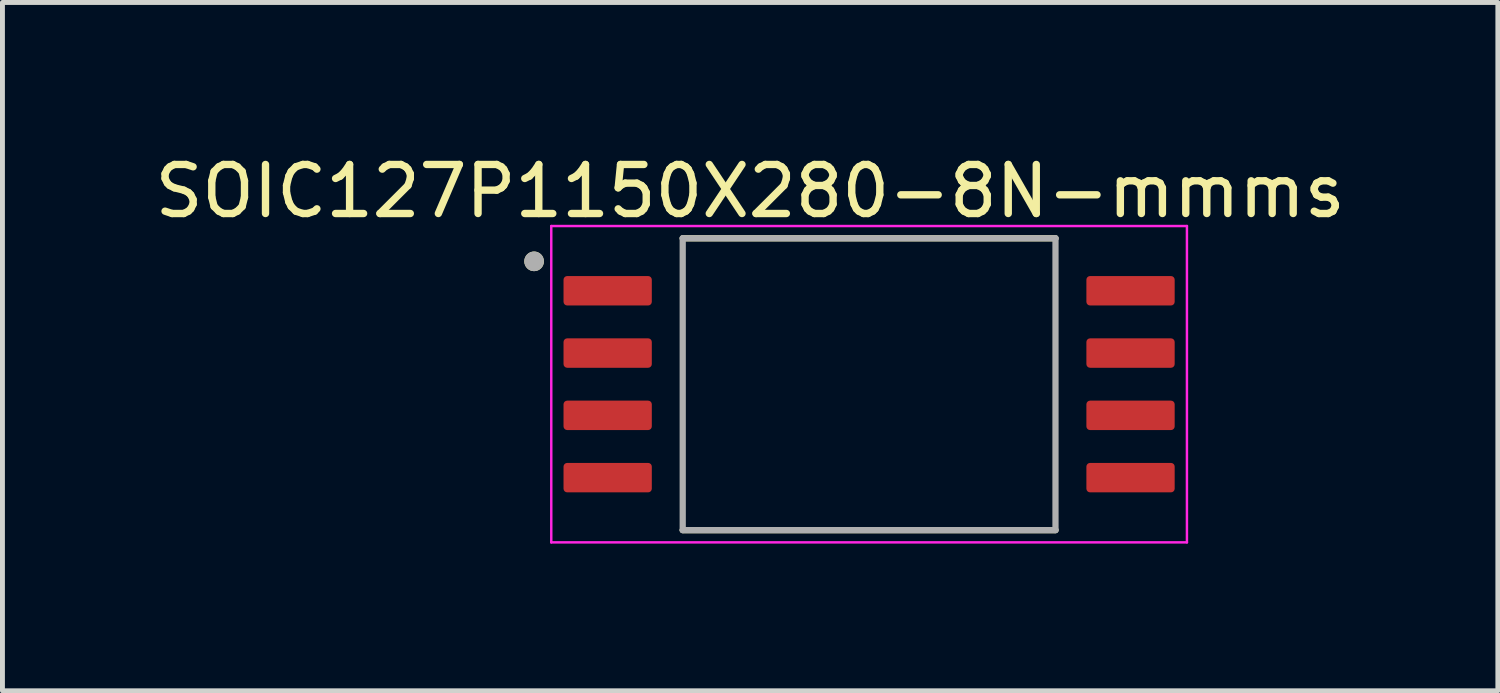
<source format=kicad_pcb>
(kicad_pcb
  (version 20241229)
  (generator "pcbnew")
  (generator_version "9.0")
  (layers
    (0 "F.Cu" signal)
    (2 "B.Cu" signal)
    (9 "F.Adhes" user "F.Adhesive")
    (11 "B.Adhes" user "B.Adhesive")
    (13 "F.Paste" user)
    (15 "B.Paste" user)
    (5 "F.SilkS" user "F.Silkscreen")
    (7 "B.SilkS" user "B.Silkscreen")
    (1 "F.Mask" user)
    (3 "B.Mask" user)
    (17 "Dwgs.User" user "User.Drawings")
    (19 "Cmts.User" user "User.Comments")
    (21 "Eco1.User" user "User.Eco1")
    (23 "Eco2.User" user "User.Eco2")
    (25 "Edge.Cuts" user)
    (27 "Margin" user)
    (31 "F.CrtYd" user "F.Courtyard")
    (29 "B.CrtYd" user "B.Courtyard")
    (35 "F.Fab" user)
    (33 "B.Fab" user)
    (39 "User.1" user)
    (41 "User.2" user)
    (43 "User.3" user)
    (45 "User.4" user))
  (footprint "SOIC127P1150X280-8N-mmms"
    (layer "F.Cu")
    (at 14.669 4.783)
    (property "Reference" "SOIC127P1150X280-8N-mmms" (at -2.425 -3.935 0) (layer "F.SilkS") (effects (font (size 1 1) (thickness 0.15))))
    (attr smd)
    (fp_line (start -3.8 -2.975) (end 3.8 -2.975) (stroke (width 0.127) (type solid)) (layer "F.SilkS"))
    (fp_line (start -3.8 2.975) (end 3.8 2.975) (stroke (width 0.127) (type solid)) (layer "F.SilkS"))
    (fp_circle (center -6.83 -2.505) (end -6.73 -2.505) (stroke (width 0.2) (type solid)) (fill no) (layer "F.SilkS"))
    (fp_line (start -6.48 -3.225) (end -6.48 3.225) (stroke (width 0.05) (type solid)) (layer "F.CrtYd"))
    (fp_line (start -6.48 -3.225) (end 6.48 -3.225) (stroke (width 0.05) (type solid)) (layer "F.CrtYd"))
    (fp_line (start -6.48 3.225) (end 6.48 3.225) (stroke (width 0.05) (type solid)) (layer "F.CrtYd"))
    (fp_line (start 6.48 -3.225) (end 6.48 3.225) (stroke (width 0.05) (type solid)) (layer "F.CrtYd"))
    (fp_line (start -3.8 -2.975) (end -3.8 2.975) (stroke (width 0.127) (type solid)) (layer "F.Fab"))
    (fp_line (start -3.8 -2.975) (end 3.8 -2.975) (stroke (width 0.127) (type solid)) (layer "F.Fab"))
    (fp_line (start -3.8 2.975) (end 3.8 2.975) (stroke (width 0.127) (type solid)) (layer "F.Fab"))
    (fp_line (start 3.8 -2.975) (end 3.8 2.975) (stroke (width 0.127) (type solid)) (layer "F.Fab"))
    (fp_circle (center -6.83 -2.505) (end -6.73 -2.505) (stroke (width 0.2) (type solid)) (fill no) (layer "F.Fab"))
    (pad "1" smd roundrect (at -5.33 -1.905) (size 1.8 0.6) (layers "F.Cu" "F.Mask" "F.Paste") (roundrect_rratio 0.125))
    (pad "2" smd roundrect (at -5.33 -0.635) (size 1.8 0.6) (layers "F.Cu" "F.Mask" "F.Paste") (roundrect_rratio 0.125))
    (pad "3" smd roundrect (at -5.33 0.635) (size 1.8 0.6) (layers "F.Cu" "F.Mask" "F.Paste") (roundrect_rratio 0.125))
    (pad "4" smd roundrect (at -5.33 1.905) (size 1.8 0.6) (layers "F.Cu" "F.Mask" "F.Paste") (roundrect_rratio 0.125))
    (pad "5" smd roundrect (at 5.33 1.905) (size 1.8 0.6) (layers "F.Cu" "F.Mask" "F.Paste") (roundrect_rratio 0.125))
    (pad "6" smd roundrect (at 5.33 0.635) (size 1.8 0.6) (layers "F.Cu" "F.Mask" "F.Paste") (roundrect_rratio 0.125))
    (pad "7" smd roundrect (at 5.33 -0.635) (size 1.8 0.6) (layers "F.Cu" "F.Mask" "F.Paste") (roundrect_rratio 0.125))
    (pad "8" smd roundrect (at 5.33 -1.905) (size 1.8 0.6) (layers "F.Cu" "F.Mask" "F.Paste") (roundrect_rratio 0.125)))
  (gr_rect
    (start -3 -3)
    (end 27.488 11.033)
    (stroke (width 0.1) (type default))
    (fill no)
    (layer "Edge.Cuts")))
</source>
